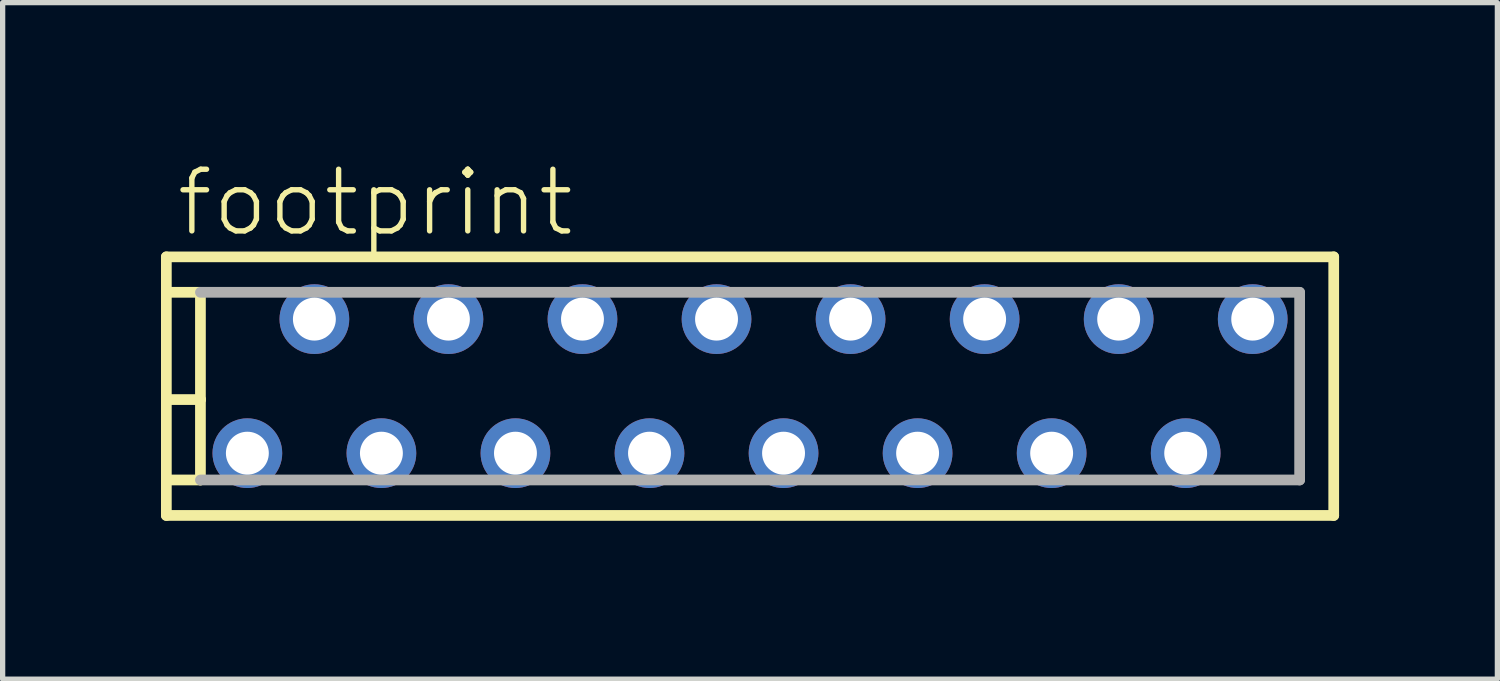
<source format=kicad_pcb>
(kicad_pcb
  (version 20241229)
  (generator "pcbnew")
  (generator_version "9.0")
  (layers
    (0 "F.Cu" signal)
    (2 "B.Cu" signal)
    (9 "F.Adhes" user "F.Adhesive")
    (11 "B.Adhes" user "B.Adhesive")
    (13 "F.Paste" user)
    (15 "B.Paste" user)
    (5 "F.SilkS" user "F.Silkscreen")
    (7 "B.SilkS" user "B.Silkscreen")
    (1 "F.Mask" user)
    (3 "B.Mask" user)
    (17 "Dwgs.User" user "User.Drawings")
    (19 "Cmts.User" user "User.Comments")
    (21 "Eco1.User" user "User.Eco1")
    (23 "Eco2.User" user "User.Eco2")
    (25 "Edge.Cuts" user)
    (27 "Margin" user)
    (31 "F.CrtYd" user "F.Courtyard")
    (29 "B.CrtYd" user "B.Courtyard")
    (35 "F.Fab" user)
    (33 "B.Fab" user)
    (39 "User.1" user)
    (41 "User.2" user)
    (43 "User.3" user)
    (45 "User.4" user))
  (footprint "footprint"
    (layer "F.Cu")
    (at 11.162 4.267)
    (property "Reference" "footprint" (at -10.922 -2.794 0) (layer "F.SilkS") (effects (font (size 1.168 1.168) (thickness 0.102)) (justify left bottom)))
    (fp_line (start -11.06 -2.45) (end -11.06 1.778) (stroke (width 0.203) (type solid)) (layer "F.SilkS"))
    (fp_line (start -11.06 1.778) (end -11.06 2.45) (stroke (width 0.203) (type solid)) (layer "F.SilkS"))
    (fp_line (start -11.06 2.45) (end 11.06 2.45) (stroke (width 0.203) (type solid)) (layer "F.SilkS"))
    (fp_line (start -11.049 -1.778) (end -10.414 -1.778) (stroke (width 0.203) (type solid)) (layer "F.SilkS"))
    (fp_line (start -11.049 0.254) (end -10.414 0.254) (stroke (width 0.203) (type solid)) (layer "F.SilkS"))
    (fp_line (start -10.414 -1.778) (end -10.414 0.254) (stroke (width 0.203) (type solid)) (layer "F.SilkS"))
    (fp_line (start -10.414 0.254) (end -10.414 1.778) (stroke (width 0.203) (type solid)) (layer "F.SilkS"))
    (fp_line (start -10.414 1.778) (end -11.06 1.778) (stroke (width 0.203) (type solid)) (layer "F.SilkS"))
    (fp_line (start 11.06 -2.45) (end -11.06 -2.45) (stroke (width 0.203) (type solid)) (layer "F.SilkS"))
    (fp_line (start 11.06 2.45) (end 11.06 -2.45) (stroke (width 0.203) (type solid)) (layer "F.SilkS"))
    (fp_line (start -10.414 -1.778) (end 10.414 -1.778) (stroke (width 0.203) (type solid)) (layer "F.Fab"))
    (fp_line (start 10.414 -1.778) (end 10.414 1.778) (stroke (width 0.203) (type solid)) (layer "F.Fab"))
    (fp_line (start 10.414 1.778) (end -10.414 1.778) (stroke (width 0.203) (type solid)) (layer "F.Fab"))
    (pad "1" thru_hole circle (at 9.525 -1.27) (size 1.321 1.321) (drill 0.813) (layers "*.Cu" "*.Mask"))
    (pad "2" thru_hole circle (at 8.255 1.27) (size 1.321 1.321) (drill 0.813) (layers "*.Cu" "*.Mask"))
    (pad "3" thru_hole circle (at 6.985 -1.27) (size 1.321 1.321) (drill 0.813) (layers "*.Cu" "*.Mask"))
    (pad "4" thru_hole circle (at 5.715 1.27) (size 1.321 1.321) (drill 0.813) (layers "*.Cu" "*.Mask"))
    (pad "5" thru_hole circle (at 4.445 -1.27) (size 1.321 1.321) (drill 0.813) (layers "*.Cu" "*.Mask"))
    (pad "6" thru_hole circle (at 3.175 1.27) (size 1.321 1.321) (drill 0.813) (layers "*.Cu" "*.Mask"))
    (pad "7" thru_hole circle (at 1.905 -1.27) (size 1.321 1.321) (drill 0.813) (layers "*.Cu" "*.Mask"))
    (pad "8" thru_hole circle (at 0.635 1.27) (size 1.321 1.321) (drill 0.813) (layers "*.Cu" "*.Mask"))
    (pad "9" thru_hole circle (at -0.635 -1.27) (size 1.321 1.321) (drill 0.813) (layers "*.Cu" "*.Mask"))
    (pad "10" thru_hole circle (at -1.905 1.27) (size 1.321 1.321) (drill 0.813) (layers "*.Cu" "*.Mask"))
    (pad "11" thru_hole circle (at -3.175 -1.27) (size 1.321 1.321) (drill 0.813) (layers "*.Cu" "*.Mask"))
    (pad "12" thru_hole circle (at -4.445 1.27) (size 1.321 1.321) (drill 0.813) (layers "*.Cu" "*.Mask"))
    (pad "13" thru_hole circle (at -5.715 -1.27) (size 1.321 1.321) (drill 0.813) (layers "*.Cu" "*.Mask"))
    (pad "14" thru_hole circle (at -6.985 1.27) (size 1.321 1.321) (drill 0.813) (layers "*.Cu" "*.Mask"))
    (pad "15" thru_hole circle (at -8.255 -1.27) (size 1.321 1.321) (drill 0.813) (layers "*.Cu" "*.Mask"))
    (pad "16" thru_hole circle (at -9.525 1.27) (size 1.321 1.321) (drill 0.813) (layers "*.Cu" "*.Mask")))
  (gr_rect
    (start -3 -3)
    (end 25.323 9.819)
    (stroke (width 0.1) (type default))
    (fill no)
    (layer "Edge.Cuts")))
</source>
